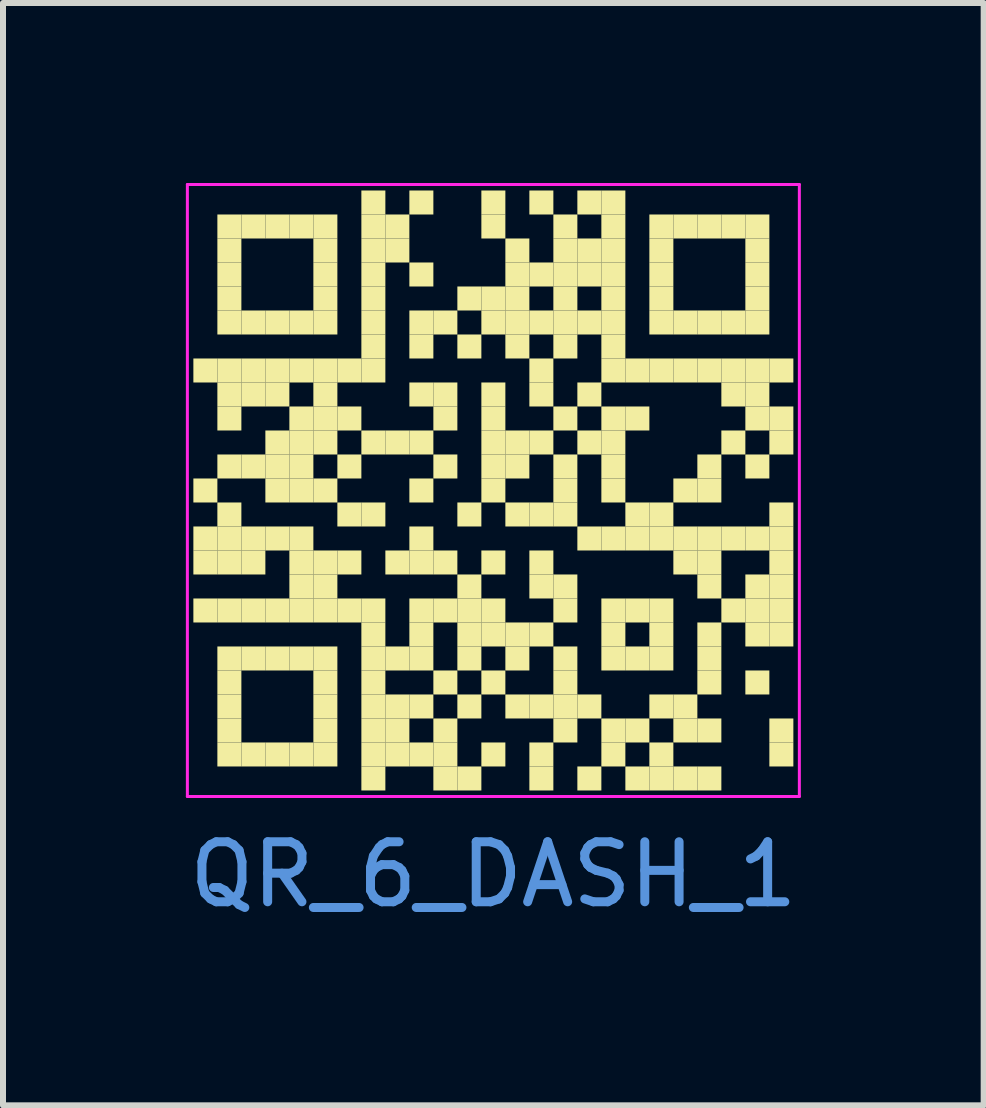
<source format=kicad_pcb>
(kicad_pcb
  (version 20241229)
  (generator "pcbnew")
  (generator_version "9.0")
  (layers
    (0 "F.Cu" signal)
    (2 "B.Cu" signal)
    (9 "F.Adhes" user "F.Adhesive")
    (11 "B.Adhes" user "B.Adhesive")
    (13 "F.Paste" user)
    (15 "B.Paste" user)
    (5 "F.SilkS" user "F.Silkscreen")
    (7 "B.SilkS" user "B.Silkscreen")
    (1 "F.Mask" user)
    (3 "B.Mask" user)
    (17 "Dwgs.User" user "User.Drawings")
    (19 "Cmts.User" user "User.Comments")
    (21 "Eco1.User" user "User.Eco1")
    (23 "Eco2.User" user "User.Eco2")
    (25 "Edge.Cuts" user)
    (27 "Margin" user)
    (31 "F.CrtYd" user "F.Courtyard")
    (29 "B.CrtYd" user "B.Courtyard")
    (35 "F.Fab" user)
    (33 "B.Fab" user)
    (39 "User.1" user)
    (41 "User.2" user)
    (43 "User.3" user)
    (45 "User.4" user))
  (footprint "QR_6_DASH_1"
    (layer "F.Cu")
    (at 5.173 5.125)
    (property "Reference" "QR_6_DASH_1" (at 0 6.4 0) (layer "Cmts.User") (effects (font (size 1 1) (thickness 0.15))))
    (fp_rect (start -5 -2.2) (end -4.6 -1.8) (stroke (width 0) (type solid)) (fill yes) (layer "F.SilkS"))
    (fp_rect (start -5 -0.2) (end -4.6 0.2) (stroke (width 0) (type solid)) (fill yes) (layer "F.SilkS"))
    (fp_rect (start -5 0.6) (end -4.6 1) (stroke (width 0) (type solid)) (fill yes) (layer "F.SilkS"))
    (fp_rect (start -5 1) (end -4.6 1.4) (stroke (width 0) (type solid)) (fill yes) (layer "F.SilkS"))
    (fp_rect (start -5 1.8) (end -4.6 2.2) (stroke (width 0) (type solid)) (fill yes) (layer "F.SilkS"))
    (fp_rect (start -4.6 -4.6) (end -4.2 -4.2) (stroke (width 0) (type solid)) (fill yes) (layer "F.SilkS"))
    (fp_rect (start -4.6 -4.2) (end -4.2 -3.8) (stroke (width 0) (type solid)) (fill yes) (layer "F.SilkS"))
    (fp_rect (start -4.6 -3.8) (end -4.2 -3.4) (stroke (width 0) (type solid)) (fill yes) (layer "F.SilkS"))
    (fp_rect (start -4.6 -3.4) (end -4.2 -3) (stroke (width 0) (type solid)) (fill yes) (layer "F.SilkS"))
    (fp_rect (start -4.6 -3) (end -4.2 -2.6) (stroke (width 0) (type solid)) (fill yes) (layer "F.SilkS"))
    (fp_rect (start -4.6 -2.2) (end -4.2 -1.8) (stroke (width 0) (type solid)) (fill yes) (layer "F.SilkS"))
    (fp_rect (start -4.6 -1.8) (end -4.2 -1.4) (stroke (width 0) (type solid)) (fill yes) (layer "F.SilkS"))
    (fp_rect (start -4.6 -1.4) (end -4.2 -1) (stroke (width 0) (type solid)) (fill yes) (layer "F.SilkS"))
    (fp_rect (start -4.6 -0.6) (end -4.2 -0.2) (stroke (width 0) (type solid)) (fill yes) (layer "F.SilkS"))
    (fp_rect (start -4.6 0.2) (end -4.2 0.6) (stroke (width 0) (type solid)) (fill yes) (layer "F.SilkS"))
    (fp_rect (start -4.6 0.6) (end -4.2 1) (stroke (width 0) (type solid)) (fill yes) (layer "F.SilkS"))
    (fp_rect (start -4.6 1) (end -4.2 1.4) (stroke (width 0) (type solid)) (fill yes) (layer "F.SilkS"))
    (fp_rect (start -4.6 1.8) (end -4.2 2.2) (stroke (width 0) (type solid)) (fill yes) (layer "F.SilkS"))
    (fp_rect (start -4.6 2.6) (end -4.2 3) (stroke (width 0) (type solid)) (fill yes) (layer "F.SilkS"))
    (fp_rect (start -4.6 3) (end -4.2 3.4) (stroke (width 0) (type solid)) (fill yes) (layer "F.SilkS"))
    (fp_rect (start -4.6 3.4) (end -4.2 3.8) (stroke (width 0) (type solid)) (fill yes) (layer "F.SilkS"))
    (fp_rect (start -4.6 3.8) (end -4.2 4.2) (stroke (width 0) (type solid)) (fill yes) (layer "F.SilkS"))
    (fp_rect (start -4.6 4.2) (end -4.2 4.6) (stroke (width 0) (type solid)) (fill yes) (layer "F.SilkS"))
    (fp_rect (start -4.2 -4.6) (end -3.8 -4.2) (stroke (width 0) (type solid)) (fill yes) (layer "F.SilkS"))
    (fp_rect (start -4.2 -3) (end -3.8 -2.6) (stroke (width 0) (type solid)) (fill yes) (layer "F.SilkS"))
    (fp_rect (start -4.2 -2.2) (end -3.8 -1.8) (stroke (width 0) (type solid)) (fill yes) (layer "F.SilkS"))
    (fp_rect (start -4.2 -1.8) (end -3.8 -1.4) (stroke (width 0) (type solid)) (fill yes) (layer "F.SilkS"))
    (fp_rect (start -4.2 -0.6) (end -3.8 -0.2) (stroke (width 0) (type solid)) (fill yes) (layer "F.SilkS"))
    (fp_rect (start -4.2 0.6) (end -3.8 1) (stroke (width 0) (type solid)) (fill yes) (layer "F.SilkS"))
    (fp_rect (start -4.2 1) (end -3.8 1.4) (stroke (width 0) (type solid)) (fill yes) (layer "F.SilkS"))
    (fp_rect (start -4.2 1.8) (end -3.8 2.2) (stroke (width 0) (type solid)) (fill yes) (layer "F.SilkS"))
    (fp_rect (start -4.2 2.6) (end -3.8 3) (stroke (width 0) (type solid)) (fill yes) (layer "F.SilkS"))
    (fp_rect (start -4.2 4.2) (end -3.8 4.6) (stroke (width 0) (type solid)) (fill yes) (layer "F.SilkS"))
    (fp_rect (start -3.8 -4.6) (end -3.4 -4.2) (stroke (width 0) (type solid)) (fill yes) (layer "F.SilkS"))
    (fp_rect (start -3.8 -3) (end -3.4 -2.6) (stroke (width 0) (type solid)) (fill yes) (layer "F.SilkS"))
    (fp_rect (start -3.8 -2.2) (end -3.4 -1.8) (stroke (width 0) (type solid)) (fill yes) (layer "F.SilkS"))
    (fp_rect (start -3.8 -1.8) (end -3.4 -1.4) (stroke (width 0) (type solid)) (fill yes) (layer "F.SilkS"))
    (fp_rect (start -3.8 -1) (end -3.4 -0.6) (stroke (width 0) (type solid)) (fill yes) (layer "F.SilkS"))
    (fp_rect (start -3.8 -0.6) (end -3.4 -0.2) (stroke (width 0) (type solid)) (fill yes) (layer "F.SilkS"))
    (fp_rect (start -3.8 -0.2) (end -3.4 0.2) (stroke (width 0) (type solid)) (fill yes) (layer "F.SilkS"))
    (fp_rect (start -3.8 0.6) (end -3.4 1) (stroke (width 0) (type solid)) (fill yes) (layer "F.SilkS"))
    (fp_rect (start -3.8 1.8) (end -3.4 2.2) (stroke (width 0) (type solid)) (fill yes) (layer "F.SilkS"))
    (fp_rect (start -3.8 2.6) (end -3.4 3) (stroke (width 0) (type solid)) (fill yes) (layer "F.SilkS"))
    (fp_rect (start -3.8 4.2) (end -3.4 4.6) (stroke (width 0) (type solid)) (fill yes) (layer "F.SilkS"))
    (fp_rect (start -3.4 -4.6) (end -3 -4.2) (stroke (width 0) (type solid)) (fill yes) (layer "F.SilkS"))
    (fp_rect (start -3.4 -3) (end -3 -2.6) (stroke (width 0) (type solid)) (fill yes) (layer "F.SilkS"))
    (fp_rect (start -3.4 -2.2) (end -3 -1.8) (stroke (width 0) (type solid)) (fill yes) (layer "F.SilkS"))
    (fp_rect (start -3.4 -1.4) (end -3 -1) (stroke (width 0) (type solid)) (fill yes) (layer "F.SilkS"))
    (fp_rect (start -3.4 -1) (end -3 -0.6) (stroke (width 0) (type solid)) (fill yes) (layer "F.SilkS"))
    (fp_rect (start -3.4 -0.6) (end -3 -0.2) (stroke (width 0) (type solid)) (fill yes) (layer "F.SilkS"))
    (fp_rect (start -3.4 -0.2) (end -3 0.2) (stroke (width 0) (type solid)) (fill yes) (layer "F.SilkS"))
    (fp_rect (start -3.4 0.6) (end -3 1) (stroke (width 0) (type solid)) (fill yes) (layer "F.SilkS"))
    (fp_rect (start -3.4 1) (end -3 1.4) (stroke (width 0) (type solid)) (fill yes) (layer "F.SilkS"))
    (fp_rect (start -3.4 1.4) (end -3 1.8) (stroke (width 0) (type solid)) (fill yes) (layer "F.SilkS"))
    (fp_rect (start -3.4 1.8) (end -3 2.2) (stroke (width 0) (type solid)) (fill yes) (layer "F.SilkS"))
    (fp_rect (start -3.4 2.6) (end -3 3) (stroke (width 0) (type solid)) (fill yes) (layer "F.SilkS"))
    (fp_rect (start -3.4 4.2) (end -3 4.6) (stroke (width 0) (type solid)) (fill yes) (layer "F.SilkS"))
    (fp_rect (start -3 -4.6) (end -2.6 -4.2) (stroke (width 0) (type solid)) (fill yes) (layer "F.SilkS"))
    (fp_rect (start -3 -4.2) (end -2.6 -3.8) (stroke (width 0) (type solid)) (fill yes) (layer "F.SilkS"))
    (fp_rect (start -3 -3.8) (end -2.6 -3.4) (stroke (width 0) (type solid)) (fill yes) (layer "F.SilkS"))
    (fp_rect (start -3 -3.4) (end -2.6 -3) (stroke (width 0) (type solid)) (fill yes) (layer "F.SilkS"))
    (fp_rect (start -3 -3) (end -2.6 -2.6) (stroke (width 0) (type solid)) (fill yes) (layer "F.SilkS"))
    (fp_rect (start -3 -2.2) (end -2.6 -1.8) (stroke (width 0) (type solid)) (fill yes) (layer "F.SilkS"))
    (fp_rect (start -3 -1.8) (end -2.6 -1.4) (stroke (width 0) (type solid)) (fill yes) (layer "F.SilkS"))
    (fp_rect (start -3 -1.4) (end -2.6 -1) (stroke (width 0) (type solid)) (fill yes) (layer "F.SilkS"))
    (fp_rect (start -3 -1) (end -2.6 -0.6) (stroke (width 0) (type solid)) (fill yes) (layer "F.SilkS"))
    (fp_rect (start -3 -0.2) (end -2.6 0.2) (stroke (width 0) (type solid)) (fill yes) (layer "F.SilkS"))
    (fp_rect (start -3 1) (end -2.6 1.4) (stroke (width 0) (type solid)) (fill yes) (layer "F.SilkS"))
    (fp_rect (start -3 1.4) (end -2.6 1.8) (stroke (width 0) (type solid)) (fill yes) (layer "F.SilkS"))
    (fp_rect (start -3 1.8) (end -2.6 2.2) (stroke (width 0) (type solid)) (fill yes) (layer "F.SilkS"))
    (fp_rect (start -3 2.6) (end -2.6 3) (stroke (width 0) (type solid)) (fill yes) (layer "F.SilkS"))
    (fp_rect (start -3 3) (end -2.6 3.4) (stroke (width 0) (type solid)) (fill yes) (layer "F.SilkS"))
    (fp_rect (start -3 3.4) (end -2.6 3.8) (stroke (width 0) (type solid)) (fill yes) (layer "F.SilkS"))
    (fp_rect (start -3 3.8) (end -2.6 4.2) (stroke (width 0) (type solid)) (fill yes) (layer "F.SilkS"))
    (fp_rect (start -3 4.2) (end -2.6 4.6) (stroke (width 0) (type solid)) (fill yes) (layer "F.SilkS"))
    (fp_rect (start -2.6 -2.2) (end -2.2 -1.8) (stroke (width 0) (type solid)) (fill yes) (layer "F.SilkS"))
    (fp_rect (start -2.6 -1.4) (end -2.2 -1) (stroke (width 0) (type solid)) (fill yes) (layer "F.SilkS"))
    (fp_rect (start -2.6 -0.6) (end -2.2 -0.2) (stroke (width 0) (type solid)) (fill yes) (layer "F.SilkS"))
    (fp_rect (start -2.6 0.2) (end -2.2 0.6) (stroke (width 0) (type solid)) (fill yes) (layer "F.SilkS"))
    (fp_rect (start -2.6 1) (end -2.2 1.4) (stroke (width 0) (type solid)) (fill yes) (layer "F.SilkS"))
    (fp_rect (start -2.6 1.8) (end -2.2 2.2) (stroke (width 0) (type solid)) (fill yes) (layer "F.SilkS"))
    (fp_rect (start -2.2 -5) (end -1.8 -4.6) (stroke (width 0) (type solid)) (fill yes) (layer "F.SilkS"))
    (fp_rect (start -2.2 -4.6) (end -1.8 -4.2) (stroke (width 0) (type solid)) (fill yes) (layer "F.SilkS"))
    (fp_rect (start -2.2 -4.2) (end -1.8 -3.8) (stroke (width 0) (type solid)) (fill yes) (layer "F.SilkS"))
    (fp_rect (start -2.2 -3.8) (end -1.8 -3.4) (stroke (width 0) (type solid)) (fill yes) (layer "F.SilkS"))
    (fp_rect (start -2.2 -3.4) (end -1.8 -3) (stroke (width 0) (type solid)) (fill yes) (layer "F.SilkS"))
    (fp_rect (start -2.2 -3) (end -1.8 -2.6) (stroke (width 0) (type solid)) (fill yes) (layer "F.SilkS"))
    (fp_rect (start -2.2 -2.6) (end -1.8 -2.2) (stroke (width 0) (type solid)) (fill yes) (layer "F.SilkS"))
    (fp_rect (start -2.2 -2.2) (end -1.8 -1.8) (stroke (width 0) (type solid)) (fill yes) (layer "F.SilkS"))
    (fp_rect (start -2.2 -1) (end -1.8 -0.6) (stroke (width 0) (type solid)) (fill yes) (layer "F.SilkS"))
    (fp_rect (start -2.2 0.2) (end -1.8 0.6) (stroke (width 0) (type solid)) (fill yes) (layer "F.SilkS"))
    (fp_rect (start -2.2 1.8) (end -1.8 2.2) (stroke (width 0) (type solid)) (fill yes) (layer "F.SilkS"))
    (fp_rect (start -2.2 2.2) (end -1.8 2.6) (stroke (width 0) (type solid)) (fill yes) (layer "F.SilkS"))
    (fp_rect (start -2.2 2.6) (end -1.8 3) (stroke (width 0) (type solid)) (fill yes) (layer "F.SilkS"))
    (fp_rect (start -2.2 3) (end -1.8 3.4) (stroke (width 0) (type solid)) (fill yes) (layer "F.SilkS"))
    (fp_rect (start -2.2 3.4) (end -1.8 3.8) (stroke (width 0) (type solid)) (fill yes) (layer "F.SilkS"))
    (fp_rect (start -2.2 3.8) (end -1.8 4.2) (stroke (width 0) (type solid)) (fill yes) (layer "F.SilkS"))
    (fp_rect (start -2.2 4.2) (end -1.8 4.6) (stroke (width 0) (type solid)) (fill yes) (layer "F.SilkS"))
    (fp_rect (start -2.2 4.6) (end -1.8 5) (stroke (width 0) (type solid)) (fill yes) (layer "F.SilkS"))
    (fp_rect (start -1.8 -4.6) (end -1.4 -4.2) (stroke (width 0) (type solid)) (fill yes) (layer "F.SilkS"))
    (fp_rect (start -1.8 -4.2) (end -1.4 -3.8) (stroke (width 0) (type solid)) (fill yes) (layer "F.SilkS"))
    (fp_rect (start -1.8 -1) (end -1.4 -0.6) (stroke (width 0) (type solid)) (fill yes) (layer "F.SilkS"))
    (fp_rect (start -1.8 1) (end -1.4 1.4) (stroke (width 0) (type solid)) (fill yes) (layer "F.SilkS"))
    (fp_rect (start -1.8 2.6) (end -1.4 3) (stroke (width 0) (type solid)) (fill yes) (layer "F.SilkS"))
    (fp_rect (start -1.8 3.4) (end -1.4 3.8) (stroke (width 0) (type solid)) (fill yes) (layer "F.SilkS"))
    (fp_rect (start -1.8 3.8) (end -1.4 4.2) (stroke (width 0) (type solid)) (fill yes) (layer "F.SilkS"))
    (fp_rect (start -1.8 4.2) (end -1.4 4.6) (stroke (width 0) (type solid)) (fill yes) (layer "F.SilkS"))
    (fp_rect (start -1.4 -5) (end -1 -4.6) (stroke (width 0) (type solid)) (fill yes) (layer "F.SilkS"))
    (fp_rect (start -1.4 -3.8) (end -1 -3.4) (stroke (width 0) (type solid)) (fill yes) (layer "F.SilkS"))
    (fp_rect (start -1.4 -3) (end -1 -2.6) (stroke (width 0) (type solid)) (fill yes) (layer "F.SilkS"))
    (fp_rect (start -1.4 -2.6) (end -1 -2.2) (stroke (width 0) (type solid)) (fill yes) (layer "F.SilkS"))
    (fp_rect (start -1.4 -1.8) (end -1 -1.4) (stroke (width 0) (type solid)) (fill yes) (layer "F.SilkS"))
    (fp_rect (start -1.4 -1) (end -1 -0.6) (stroke (width 0) (type solid)) (fill yes) (layer "F.SilkS"))
    (fp_rect (start -1.4 -0.2) (end -1 0.2) (stroke (width 0) (type solid)) (fill yes) (layer "F.SilkS"))
    (fp_rect (start -1.4 0.6) (end -1 1) (stroke (width 0) (type solid)) (fill yes) (layer "F.SilkS"))
    (fp_rect (start -1.4 1) (end -1 1.4) (stroke (width 0) (type solid)) (fill yes) (layer "F.SilkS"))
    (fp_rect (start -1.4 1.8) (end -1 2.2) (stroke (width 0) (type solid)) (fill yes) (layer "F.SilkS"))
    (fp_rect (start -1.4 2.2) (end -1 2.6) (stroke (width 0) (type solid)) (fill yes) (layer "F.SilkS"))
    (fp_rect (start -1.4 2.6) (end -1 3) (stroke (width 0) (type solid)) (fill yes) (layer "F.SilkS"))
    (fp_rect (start -1.4 3.4) (end -1 3.8) (stroke (width 0) (type solid)) (fill yes) (layer "F.SilkS"))
    (fp_rect (start -1.4 4.2) (end -1 4.6) (stroke (width 0) (type solid)) (fill yes) (layer "F.SilkS"))
    (fp_rect (start -1 -3) (end -0.6 -2.6) (stroke (width 0) (type solid)) (fill yes) (layer "F.SilkS"))
    (fp_rect (start -1 -1.8) (end -0.6 -1.4) (stroke (width 0) (type solid)) (fill yes) (layer "F.SilkS"))
    (fp_rect (start -1 -1.4) (end -0.6 -1) (stroke (width 0) (type solid)) (fill yes) (layer "F.SilkS"))
    (fp_rect (start -1 -0.6) (end -0.6 -0.2) (stroke (width 0) (type solid)) (fill yes) (layer "F.SilkS"))
    (fp_rect (start -1 1) (end -0.6 1.4) (stroke (width 0) (type solid)) (fill yes) (layer "F.SilkS"))
    (fp_rect (start -1 1.8) (end -0.6 2.2) (stroke (width 0) (type solid)) (fill yes) (layer "F.SilkS"))
    (fp_rect (start -1 3) (end -0.6 3.4) (stroke (width 0) (type solid)) (fill yes) (layer "F.SilkS"))
    (fp_rect (start -1 3.8) (end -0.6 4.2) (stroke (width 0) (type solid)) (fill yes) (layer "F.SilkS"))
    (fp_rect (start -1 4.2) (end -0.6 4.6) (stroke (width 0) (type solid)) (fill yes) (layer "F.SilkS"))
    (fp_rect (start -1 4.6) (end -0.6 5) (stroke (width 0) (type solid)) (fill yes) (layer "F.SilkS"))
    (fp_rect (start -0.6 -3.4) (end -0.2 -3) (stroke (width 0) (type solid)) (fill yes) (layer "F.SilkS"))
    (fp_rect (start -0.6 -2.6) (end -0.2 -2.2) (stroke (width 0) (type solid)) (fill yes) (layer "F.SilkS"))
    (fp_rect (start -0.6 0.2) (end -0.2 0.6) (stroke (width 0) (type solid)) (fill yes) (layer "F.SilkS"))
    (fp_rect (start -0.6 1.4) (end -0.2 1.8) (stroke (width 0) (type solid)) (fill yes) (layer "F.SilkS"))
    (fp_rect (start -0.6 1.8) (end -0.2 2.2) (stroke (width 0) (type solid)) (fill yes) (layer "F.SilkS"))
    (fp_rect (start -0.6 2.2) (end -0.2 2.6) (stroke (width 0) (type solid)) (fill yes) (layer "F.SilkS"))
    (fp_rect (start -0.6 2.6) (end -0.2 3) (stroke (width 0) (type solid)) (fill yes) (layer "F.SilkS"))
    (fp_rect (start -0.6 3.4) (end -0.2 3.8) (stroke (width 0) (type solid)) (fill yes) (layer "F.SilkS"))
    (fp_rect (start -0.6 4.6) (end -0.2 5) (stroke (width 0) (type solid)) (fill yes) (layer "F.SilkS"))
    (fp_rect (start -0.2 -5) (end 0.2 -4.6) (stroke (width 0) (type solid)) (fill yes) (layer "F.SilkS"))
    (fp_rect (start -0.2 -4.6) (end 0.2 -4.2) (stroke (width 0) (type solid)) (fill yes) (layer "F.SilkS"))
    (fp_rect (start -0.2 -3.4) (end 0.2 -3) (stroke (width 0) (type solid)) (fill yes) (layer "F.SilkS"))
    (fp_rect (start -0.2 -3) (end 0.2 -2.6) (stroke (width 0) (type solid)) (fill yes) (layer "F.SilkS"))
    (fp_rect (start -0.2 -1.8) (end 0.2 -1.4) (stroke (width 0) (type solid)) (fill yes) (layer "F.SilkS"))
    (fp_rect (start -0.2 -1.4) (end 0.2 -1) (stroke (width 0) (type solid)) (fill yes) (layer "F.SilkS"))
    (fp_rect (start -0.2 -1) (end 0.2 -0.6) (stroke (width 0) (type solid)) (fill yes) (layer "F.SilkS"))
    (fp_rect (start -0.2 -0.6) (end 0.2 -0.2) (stroke (width 0) (type solid)) (fill yes) (layer "F.SilkS"))
    (fp_rect (start -0.2 -0.2) (end 0.2 0.2) (stroke (width 0) (type solid)) (fill yes) (layer "F.SilkS"))
    (fp_rect (start -0.2 1) (end 0.2 1.4) (stroke (width 0) (type solid)) (fill yes) (layer "F.SilkS"))
    (fp_rect (start -0.2 1.8) (end 0.2 2.2) (stroke (width 0) (type solid)) (fill yes) (layer "F.SilkS"))
    (fp_rect (start -0.2 2.2) (end 0.2 2.6) (stroke (width 0) (type solid)) (fill yes) (layer "F.SilkS"))
    (fp_rect (start -0.2 3) (end 0.2 3.4) (stroke (width 0) (type solid)) (fill yes) (layer "F.SilkS"))
    (fp_rect (start -0.2 4.2) (end 0.2 4.6) (stroke (width 0) (type solid)) (fill yes) (layer "F.SilkS"))
    (fp_rect (start 0.2 -4.2) (end 0.6 -3.8) (stroke (width 0) (type solid)) (fill yes) (layer "F.SilkS"))
    (fp_rect (start 0.2 -3.8) (end 0.6 -3.4) (stroke (width 0) (type solid)) (fill yes) (layer "F.SilkS"))
    (fp_rect (start 0.2 -3.4) (end 0.6 -3) (stroke (width 0) (type solid)) (fill yes) (layer "F.SilkS"))
    (fp_rect (start 0.2 -3) (end 0.6 -2.6) (stroke (width 0) (type solid)) (fill yes) (layer "F.SilkS"))
    (fp_rect (start 0.2 -2.6) (end 0.6 -2.2) (stroke (width 0) (type solid)) (fill yes) (layer "F.SilkS"))
    (fp_rect (start 0.2 -1) (end 0.6 -0.6) (stroke (width 0) (type solid)) (fill yes) (layer "F.SilkS"))
    (fp_rect (start 0.2 -0.6) (end 0.6 -0.2) (stroke (width 0) (type solid)) (fill yes) (layer "F.SilkS"))
    (fp_rect (start 0.2 0.2) (end 0.6 0.6) (stroke (width 0) (type solid)) (fill yes) (layer "F.SilkS"))
    (fp_rect (start 0.2 2.2) (end 0.6 2.6) (stroke (width 0) (type solid)) (fill yes) (layer "F.SilkS"))
    (fp_rect (start 0.2 2.6) (end 0.6 3) (stroke (width 0) (type solid)) (fill yes) (layer "F.SilkS"))
    (fp_rect (start 0.2 3.4) (end 0.6 3.8) (stroke (width 0) (type solid)) (fill yes) (layer "F.SilkS"))
    (fp_rect (start 0.6 -5) (end 1 -4.6) (stroke (width 0) (type solid)) (fill yes) (layer "F.SilkS"))
    (fp_rect (start 0.6 -3.8) (end 1 -3.4) (stroke (width 0) (type solid)) (fill yes) (layer "F.SilkS"))
    (fp_rect (start 0.6 -3) (end 1 -2.6) (stroke (width 0) (type solid)) (fill yes) (layer "F.SilkS"))
    (fp_rect (start 0.6 -2.2) (end 1 -1.8) (stroke (width 0) (type solid)) (fill yes) (layer "F.SilkS"))
    (fp_rect (start 0.6 -1.8) (end 1 -1.4) (stroke (width 0) (type solid)) (fill yes) (layer "F.SilkS"))
    (fp_rect (start 0.6 -1) (end 1 -0.6) (stroke (width 0) (type solid)) (fill yes) (layer "F.SilkS"))
    (fp_rect (start 0.6 0.2) (end 1 0.6) (stroke (width 0) (type solid)) (fill yes) (layer "F.SilkS"))
    (fp_rect (start 0.6 1) (end 1 1.4) (stroke (width 0) (type solid)) (fill yes) (layer "F.SilkS"))
    (fp_rect (start 0.6 1.4) (end 1 1.8) (stroke (width 0) (type solid)) (fill yes) (layer "F.SilkS"))
    (fp_rect (start 0.6 2.2) (end 1 2.6) (stroke (width 0) (type solid)) (fill yes) (layer "F.SilkS"))
    (fp_rect (start 0.6 3.4) (end 1 3.8) (stroke (width 0) (type solid)) (fill yes) (layer "F.SilkS"))
    (fp_rect (start 0.6 4.2) (end 1 4.6) (stroke (width 0) (type solid)) (fill yes) (layer "F.SilkS"))
    (fp_rect (start 0.6 4.6) (end 1 5) (stroke (width 0) (type solid)) (fill yes) (layer "F.SilkS"))
    (fp_rect (start 1 -4.6) (end 1.4 -4.2) (stroke (width 0) (type solid)) (fill yes) (layer "F.SilkS"))
    (fp_rect (start 1 -4.2) (end 1.4 -3.8) (stroke (width 0) (type solid)) (fill yes) (layer "F.SilkS"))
    (fp_rect (start 1 -3.8) (end 1.4 -3.4) (stroke (width 0) (type solid)) (fill yes) (layer "F.SilkS"))
    (fp_rect (start 1 -3.4) (end 1.4 -3) (stroke (width 0) (type solid)) (fill yes) (layer "F.SilkS"))
    (fp_rect (start 1 -3) (end 1.4 -2.6) (stroke (width 0) (type solid)) (fill yes) (layer "F.SilkS"))
    (fp_rect (start 1 -2.6) (end 1.4 -2.2) (stroke (width 0) (type solid)) (fill yes) (layer "F.SilkS"))
    (fp_rect (start 1 -1.4) (end 1.4 -1) (stroke (width 0) (type solid)) (fill yes) (layer "F.SilkS"))
    (fp_rect (start 1 -0.6) (end 1.4 -0.2) (stroke (width 0) (type solid)) (fill yes) (layer "F.SilkS"))
    (fp_rect (start 1 -0.2) (end 1.4 0.2) (stroke (width 0) (type solid)) (fill yes) (layer "F.SilkS"))
    (fp_rect (start 1 0.2) (end 1.4 0.6) (stroke (width 0) (type solid)) (fill yes) (layer "F.SilkS"))
    (fp_rect (start 1 1.4) (end 1.4 1.8) (stroke (width 0) (type solid)) (fill yes) (layer "F.SilkS"))
    (fp_rect (start 1 1.8) (end 1.4 2.2) (stroke (width 0) (type solid)) (fill yes) (layer "F.SilkS"))
    (fp_rect (start 1 2.6) (end 1.4 3) (stroke (width 0) (type solid)) (fill yes) (layer "F.SilkS"))
    (fp_rect (start 1 3) (end 1.4 3.4) (stroke (width 0) (type solid)) (fill yes) (layer "F.SilkS"))
    (fp_rect (start 1 3.4) (end 1.4 3.8) (stroke (width 0) (type solid)) (fill yes) (layer "F.SilkS"))
    (fp_rect (start 1 3.8) (end 1.4 4.2) (stroke (width 0) (type solid)) (fill yes) (layer "F.SilkS"))
    (fp_rect (start 1.4 -5) (end 1.8 -4.6) (stroke (width 0) (type solid)) (fill yes) (layer "F.SilkS"))
    (fp_rect (start 1.4 -4.2) (end 1.8 -3.8) (stroke (width 0) (type solid)) (fill yes) (layer "F.SilkS"))
    (fp_rect (start 1.4 -3.8) (end 1.8 -3.4) (stroke (width 0) (type solid)) (fill yes) (layer "F.SilkS"))
    (fp_rect (start 1.4 -3) (end 1.8 -2.6) (stroke (width 0) (type solid)) (fill yes) (layer "F.SilkS"))
    (fp_rect (start 1.4 -1.8) (end 1.8 -1.4) (stroke (width 0) (type solid)) (fill yes) (layer "F.SilkS"))
    (fp_rect (start 1.4 -1) (end 1.8 -0.6) (stroke (width 0) (type solid)) (fill yes) (layer "F.SilkS"))
    (fp_rect (start 1.4 0.6) (end 1.8 1) (stroke (width 0) (type solid)) (fill yes) (layer "F.SilkS"))
    (fp_rect (start 1.4 3.4) (end 1.8 3.8) (stroke (width 0) (type solid)) (fill yes) (layer "F.SilkS"))
    (fp_rect (start 1.4 4.6) (end 1.8 5) (stroke (width 0) (type solid)) (fill yes) (layer "F.SilkS"))
    (fp_rect (start 1.8 -5) (end 2.2 -4.6) (stroke (width 0) (type solid)) (fill yes) (layer "F.SilkS"))
    (fp_rect (start 1.8 -4.6) (end 2.2 -4.2) (stroke (width 0) (type solid)) (fill yes) (layer "F.SilkS"))
    (fp_rect (start 1.8 -4.2) (end 2.2 -3.8) (stroke (width 0) (type solid)) (fill yes) (layer "F.SilkS"))
    (fp_rect (start 1.8 -3.8) (end 2.2 -3.4) (stroke (width 0) (type solid)) (fill yes) (layer "F.SilkS"))
    (fp_rect (start 1.8 -3.4) (end 2.2 -3) (stroke (width 0) (type solid)) (fill yes) (layer "F.SilkS"))
    (fp_rect (start 1.8 -3) (end 2.2 -2.6) (stroke (width 0) (type solid)) (fill yes) (layer "F.SilkS"))
    (fp_rect (start 1.8 -2.6) (end 2.2 -2.2) (stroke (width 0) (type solid)) (fill yes) (layer "F.SilkS"))
    (fp_rect (start 1.8 -2.2) (end 2.2 -1.8) (stroke (width 0) (type solid)) (fill yes) (layer "F.SilkS"))
    (fp_rect (start 1.8 -1.4) (end 2.2 -1) (stroke (width 0) (type solid)) (fill yes) (layer "F.SilkS"))
    (fp_rect (start 1.8 -1) (end 2.2 -0.6) (stroke (width 0) (type solid)) (fill yes) (layer "F.SilkS"))
    (fp_rect (start 1.8 -0.6) (end 2.2 -0.2) (stroke (width 0) (type solid)) (fill yes) (layer "F.SilkS"))
    (fp_rect (start 1.8 -0.2) (end 2.2 0.2) (stroke (width 0) (type solid)) (fill yes) (layer "F.SilkS"))
    (fp_rect (start 1.8 0.6) (end 2.2 1) (stroke (width 0) (type solid)) (fill yes) (layer "F.SilkS"))
    (fp_rect (start 1.8 1.8) (end 2.2 2.2) (stroke (width 0) (type solid)) (fill yes) (layer "F.SilkS"))
    (fp_rect (start 1.8 2.2) (end 2.2 2.6) (stroke (width 0) (type solid)) (fill yes) (layer "F.SilkS"))
    (fp_rect (start 1.8 2.6) (end 2.2 3) (stroke (width 0) (type solid)) (fill yes) (layer "F.SilkS"))
    (fp_rect (start 1.8 3.8) (end 2.2 4.2) (stroke (width 0) (type solid)) (fill yes) (layer "F.SilkS"))
    (fp_rect (start 1.8 4.2) (end 2.2 4.6) (stroke (width 0) (type solid)) (fill yes) (layer "F.SilkS"))
    (fp_rect (start 2.2 -2.2) (end 2.6 -1.8) (stroke (width 0) (type solid)) (fill yes) (layer "F.SilkS"))
    (fp_rect (start 2.2 -1.4) (end 2.6 -1) (stroke (width 0) (type solid)) (fill yes) (layer "F.SilkS"))
    (fp_rect (start 2.2 0.2) (end 2.6 0.6) (stroke (width 0) (type solid)) (fill yes) (layer "F.SilkS"))
    (fp_rect (start 2.2 0.6) (end 2.6 1) (stroke (width 0) (type solid)) (fill yes) (layer "F.SilkS"))
    (fp_rect (start 2.2 1.8) (end 2.6 2.2) (stroke (width 0) (type solid)) (fill yes) (layer "F.SilkS"))
    (fp_rect (start 2.2 2.6) (end 2.6 3) (stroke (width 0) (type solid)) (fill yes) (layer "F.SilkS"))
    (fp_rect (start 2.2 3.8) (end 2.6 4.2) (stroke (width 0) (type solid)) (fill yes) (layer "F.SilkS"))
    (fp_rect (start 2.2 4.6) (end 2.6 5) (stroke (width 0) (type solid)) (fill yes) (layer "F.SilkS"))
    (fp_rect (start 2.6 -4.6) (end 3 -4.2) (stroke (width 0) (type solid)) (fill yes) (layer "F.SilkS"))
    (fp_rect (start 2.6 -4.2) (end 3 -3.8) (stroke (width 0) (type solid)) (fill yes) (layer "F.SilkS"))
    (fp_rect (start 2.6 -3.8) (end 3 -3.4) (stroke (width 0) (type solid)) (fill yes) (layer "F.SilkS"))
    (fp_rect (start 2.6 -3.4) (end 3 -3) (stroke (width 0) (type solid)) (fill yes) (layer "F.SilkS"))
    (fp_rect (start 2.6 -3) (end 3 -2.6) (stroke (width 0) (type solid)) (fill yes) (layer "F.SilkS"))
    (fp_rect (start 2.6 -2.2) (end 3 -1.8) (stroke (width 0) (type solid)) (fill yes) (layer "F.SilkS"))
    (fp_rect (start 2.6 0.2) (end 3 0.6) (stroke (width 0) (type solid)) (fill yes) (layer "F.SilkS"))
    (fp_rect (start 2.6 0.6) (end 3 1) (stroke (width 0) (type solid)) (fill yes) (layer "F.SilkS"))
    (fp_rect (start 2.6 1.8) (end 3 2.2) (stroke (width 0) (type solid)) (fill yes) (layer "F.SilkS"))
    (fp_rect (start 2.6 2.2) (end 3 2.6) (stroke (width 0) (type solid)) (fill yes) (layer "F.SilkS"))
    (fp_rect (start 2.6 2.6) (end 3 3) (stroke (width 0) (type solid)) (fill yes) (layer "F.SilkS"))
    (fp_rect (start 2.6 3.4) (end 3 3.8) (stroke (width 0) (type solid)) (fill yes) (layer "F.SilkS"))
    (fp_rect (start 2.6 4.2) (end 3 4.6) (stroke (width 0) (type solid)) (fill yes) (layer "F.SilkS"))
    (fp_rect (start 2.6 4.6) (end 3 5) (stroke (width 0) (type solid)) (fill yes) (layer "F.SilkS"))
    (fp_rect (start 3 -4.6) (end 3.4 -4.2) (stroke (width 0) (type solid)) (fill yes) (layer "F.SilkS"))
    (fp_rect (start 3 -3) (end 3.4 -2.6) (stroke (width 0) (type solid)) (fill yes) (layer "F.SilkS"))
    (fp_rect (start 3 -2.2) (end 3.4 -1.8) (stroke (width 0) (type solid)) (fill yes) (layer "F.SilkS"))
    (fp_rect (start 3 -0.2) (end 3.4 0.2) (stroke (width 0) (type solid)) (fill yes) (layer "F.SilkS"))
    (fp_rect (start 3 0.6) (end 3.4 1) (stroke (width 0) (type solid)) (fill yes) (layer "F.SilkS"))
    (fp_rect (start 3 1) (end 3.4 1.4) (stroke (width 0) (type solid)) (fill yes) (layer "F.SilkS"))
    (fp_rect (start 3 3.4) (end 3.4 3.8) (stroke (width 0) (type solid)) (fill yes) (layer "F.SilkS"))
    (fp_rect (start 3 3.8) (end 3.4 4.2) (stroke (width 0) (type solid)) (fill yes) (layer "F.SilkS"))
    (fp_rect (start 3 4.6) (end 3.4 5) (stroke (width 0) (type solid)) (fill yes) (layer "F.SilkS"))
    (fp_rect (start 3.4 -4.6) (end 3.8 -4.2) (stroke (width 0) (type solid)) (fill yes) (layer "F.SilkS"))
    (fp_rect (start 3.4 -3) (end 3.8 -2.6) (stroke (width 0) (type solid)) (fill yes) (layer "F.SilkS"))
    (fp_rect (start 3.4 -2.2) (end 3.8 -1.8) (stroke (width 0) (type solid)) (fill yes) (layer "F.SilkS"))
    (fp_rect (start 3.4 -0.6) (end 3.8 -0.2) (stroke (width 0) (type solid)) (fill yes) (layer "F.SilkS"))
    (fp_rect (start 3.4 -0.2) (end 3.8 0.2) (stroke (width 0) (type solid)) (fill yes) (layer "F.SilkS"))
    (fp_rect (start 3.4 0.6) (end 3.8 1) (stroke (width 0) (type solid)) (fill yes) (layer "F.SilkS"))
    (fp_rect (start 3.4 1) (end 3.8 1.4) (stroke (width 0) (type solid)) (fill yes) (layer "F.SilkS"))
    (fp_rect (start 3.4 1.4) (end 3.8 1.8) (stroke (width 0) (type solid)) (fill yes) (layer "F.SilkS"))
    (fp_rect (start 3.4 2.2) (end 3.8 2.6) (stroke (width 0) (type solid)) (fill yes) (layer "F.SilkS"))
    (fp_rect (start 3.4 2.6) (end 3.8 3) (stroke (width 0) (type solid)) (fill yes) (layer "F.SilkS"))
    (fp_rect (start 3.4 3) (end 3.8 3.4) (stroke (width 0) (type solid)) (fill yes) (layer "F.SilkS"))
    (fp_rect (start 3.4 3.8) (end 3.8 4.2) (stroke (width 0) (type solid)) (fill yes) (layer "F.SilkS"))
    (fp_rect (start 3.4 4.6) (end 3.8 5) (stroke (width 0) (type solid)) (fill yes) (layer "F.SilkS"))
    (fp_rect (start 3.8 -4.6) (end 4.2 -4.2) (stroke (width 0) (type solid)) (fill yes) (layer "F.SilkS"))
    (fp_rect (start 3.8 -3) (end 4.2 -2.6) (stroke (width 0) (type solid)) (fill yes) (layer "F.SilkS"))
    (fp_rect (start 3.8 -2.2) (end 4.2 -1.8) (stroke (width 0) (type solid)) (fill yes) (layer "F.SilkS"))
    (fp_rect (start 3.8 -1.8) (end 4.2 -1.4) (stroke (width 0) (type solid)) (fill yes) (layer "F.SilkS"))
    (fp_rect (start 3.8 -1) (end 4.2 -0.6) (stroke (width 0) (type solid)) (fill yes) (layer "F.SilkS"))
    (fp_rect (start 3.8 0.6) (end 4.2 1) (stroke (width 0) (type solid)) (fill yes) (layer "F.SilkS"))
    (fp_rect (start 3.8 1.8) (end 4.2 2.2) (stroke (width 0) (type solid)) (fill yes) (layer "F.SilkS"))
    (fp_rect (start 4.2 -4.6) (end 4.6 -4.2) (stroke (width 0) (type solid)) (fill yes) (layer "F.SilkS"))
    (fp_rect (start 4.2 -4.2) (end 4.6 -3.8) (stroke (width 0) (type solid)) (fill yes) (layer "F.SilkS"))
    (fp_rect (start 4.2 -3.8) (end 4.6 -3.4) (stroke (width 0) (type solid)) (fill yes) (layer "F.SilkS"))
    (fp_rect (start 4.2 -3.4) (end 4.6 -3) (stroke (width 0) (type solid)) (fill yes) (layer "F.SilkS"))
    (fp_rect (start 4.2 -3) (end 4.6 -2.6) (stroke (width 0) (type solid)) (fill yes) (layer "F.SilkS"))
    (fp_rect (start 4.2 -2.2) (end 4.6 -1.8) (stroke (width 0) (type solid)) (fill yes) (layer "F.SilkS"))
    (fp_rect (start 4.2 -1.8) (end 4.6 -1.4) (stroke (width 0) (type solid)) (fill yes) (layer "F.SilkS"))
    (fp_rect (start 4.2 -1.4) (end 4.6 -1) (stroke (width 0) (type solid)) (fill yes) (layer "F.SilkS"))
    (fp_rect (start 4.2 -0.6) (end 4.6 -0.2) (stroke (width 0) (type solid)) (fill yes) (layer "F.SilkS"))
    (fp_rect (start 4.2 0.6) (end 4.6 1) (stroke (width 0) (type solid)) (fill yes) (layer "F.SilkS"))
    (fp_rect (start 4.2 1.4) (end 4.6 1.8) (stroke (width 0) (type solid)) (fill yes) (layer "F.SilkS"))
    (fp_rect (start 4.2 1.8) (end 4.6 2.2) (stroke (width 0) (type solid)) (fill yes) (layer "F.SilkS"))
    (fp_rect (start 4.2 2.2) (end 4.6 2.6) (stroke (width 0) (type solid)) (fill yes) (layer "F.SilkS"))
    (fp_rect (start 4.2 3) (end 4.6 3.4) (stroke (width 0) (type solid)) (fill yes) (layer "F.SilkS"))
    (fp_rect (start 4.6 -2.2) (end 5 -1.8) (stroke (width 0) (type solid)) (fill yes) (layer "F.SilkS"))
    (fp_rect (start 4.6 -1.4) (end 5 -1) (stroke (width 0) (type solid)) (fill yes) (layer "F.SilkS"))
    (fp_rect (start 4.6 -1) (end 5 -0.6) (stroke (width 0) (type solid)) (fill yes) (layer "F.SilkS"))
    (fp_rect (start 4.6 0.2) (end 5 0.6) (stroke (width 0) (type solid)) (fill yes) (layer "F.SilkS"))
    (fp_rect (start 4.6 0.6) (end 5 1) (stroke (width 0) (type solid)) (fill yes) (layer "F.SilkS"))
    (fp_rect (start 4.6 1) (end 5 1.4) (stroke (width 0) (type solid)) (fill yes) (layer "F.SilkS"))
    (fp_rect (start 4.6 1.4) (end 5 1.8) (stroke (width 0) (type solid)) (fill yes) (layer "F.SilkS"))
    (fp_rect (start 4.6 1.8) (end 5 2.2) (stroke (width 0) (type solid)) (fill yes) (layer "F.SilkS"))
    (fp_rect (start 4.6 2.2) (end 5 2.6) (stroke (width 0) (type solid)) (fill yes) (layer "F.SilkS"))
    (fp_rect (start 4.6 3.8) (end 5 4.2) (stroke (width 0) (type solid)) (fill yes) (layer "F.SilkS"))
    (fp_rect (start 4.6 4.2) (end 5 4.6) (stroke (width 0) (type solid)) (fill yes) (layer "F.SilkS"))
    (fp_line (start -5.1 -5.1) (end 5.1 -5.1) (stroke (width 0.05) (type solid)) (layer "F.CrtYd"))
    (fp_line (start -5.1 5.1) (end -5.1 -5.1) (stroke (width 0.05) (type solid)) (layer "F.CrtYd"))
    (fp_line (start 5.1 -5.1) (end 5.1 5.1) (stroke (width 0.05) (type solid)) (layer "F.CrtYd"))
    (fp_line (start 5.1 5.1) (end -5.1 5.1) (stroke (width 0.05) (type solid)) (layer "F.CrtYd")))
  (gr_rect
    (start -3 -3)
    (end 13.345 15.373)
    (stroke (width 0.1) (type default))
    (fill no)
    (layer "Edge.Cuts")))
</source>
